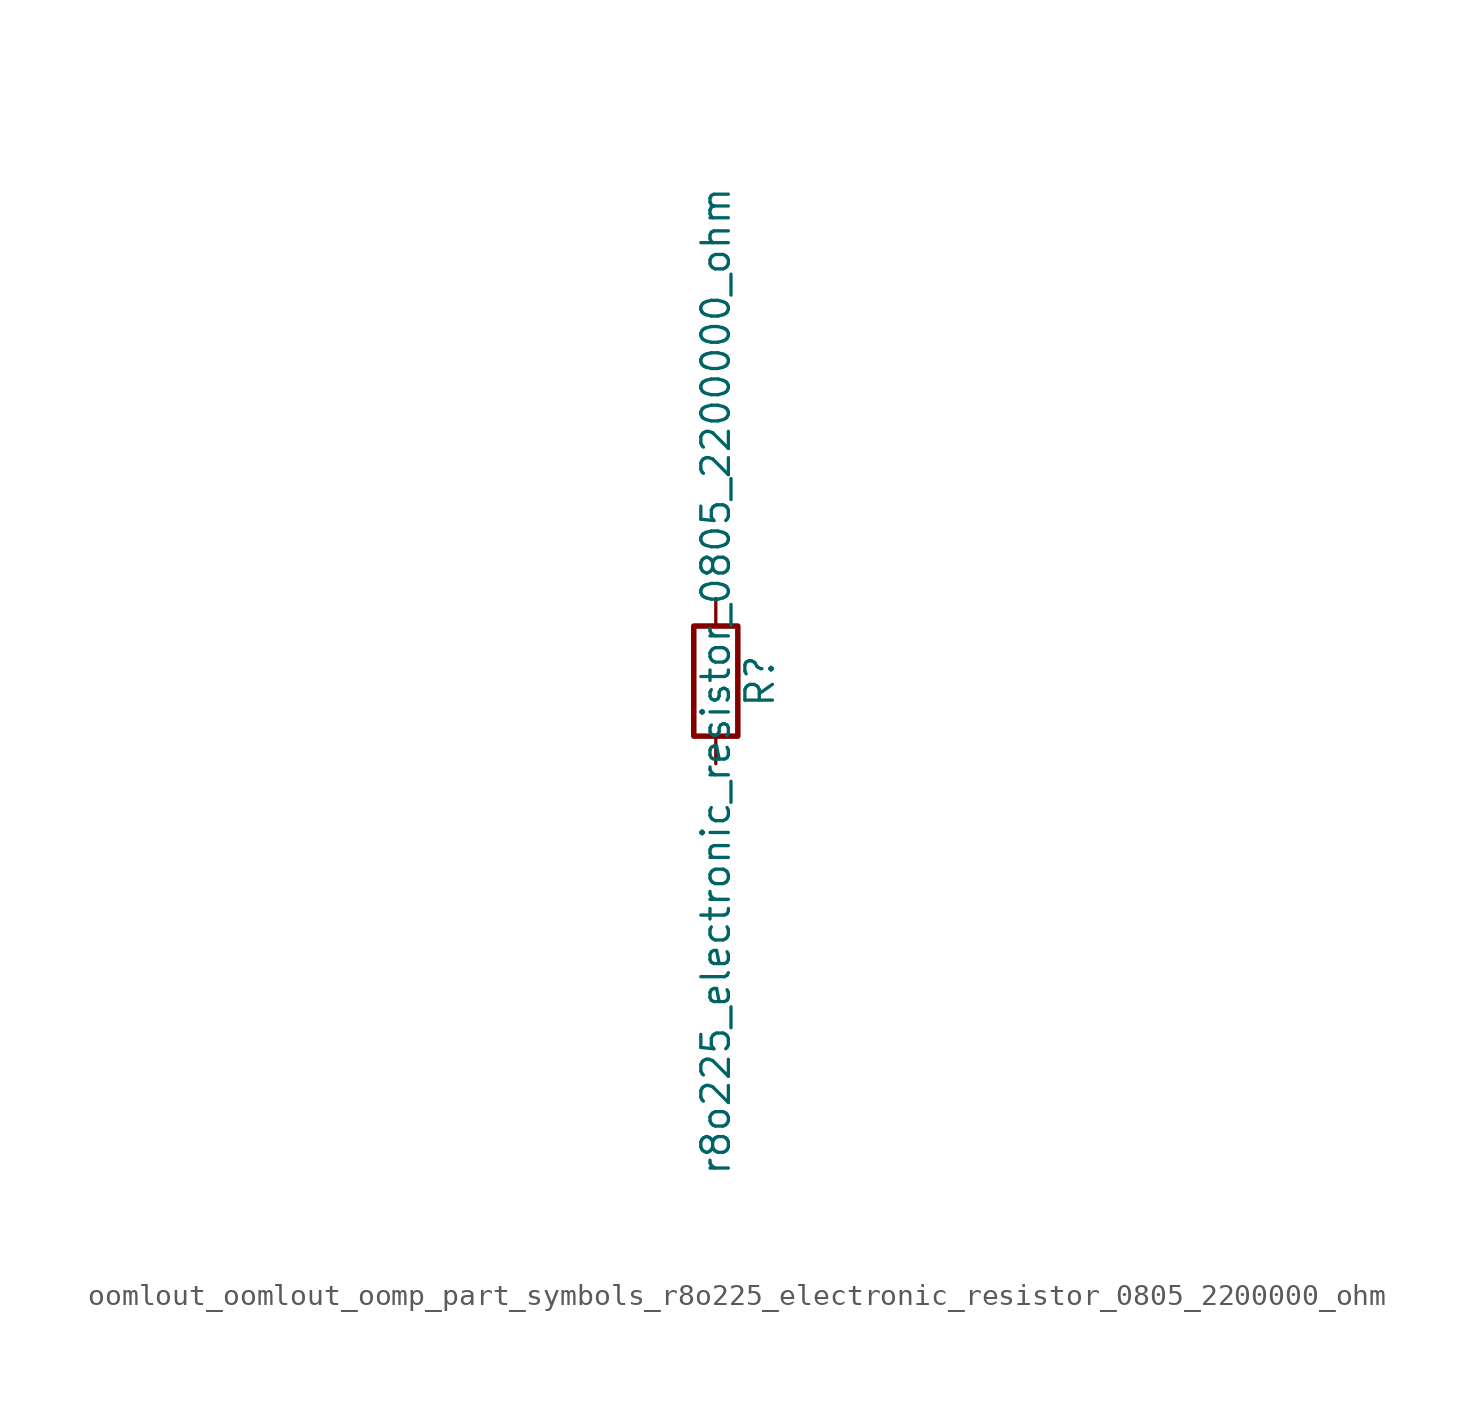
<source format=kicad_sym>
(kicad_symbol_lib
  (version 20220914)
  (generator kicad_symbol_editor)
  (symbol "oomlout_oomlout_oomp_part_symbols_r8o225_electronic_resistor_0805_2200000_ohm"
    (pin_numbers hide)
    (pin_names
      (offset 0))
    (property "Reference" "R"
      (at 2.032 0 90)
      (effects (font (size 1.27 1.27))))
    (property "Value" "r8o225_electronic_resistor_0805_2200000_ohm"
      (at 0 0 90)
      (effects (font (size 1.27 1.27))))
    (symbol "oomlout_oomlout_oomp_part_symbols_r8o225_electronic_resistor_0805_2200000_ohm_0_1"
      (rectangle (start -1.016 -2.54) (end 1.016 2.54) (stroke (width 0.254) (type default)) (fill (type none))))
    (symbol "oomlout_oomlout_oomp_part_symbols_r8o225_electronic_resistor_0805_2200000_ohm_1_1"
      (pin passive line (at 0 3.81 270) (length 1.27) (name "~" (effects (font (size 1.27 1.27)))) (number "1" (effects (font (size 1.27 1.27)))))
      (pin passive line (at 0 -3.81 90) (length 1.27) (name "~" (effects (font (size 1.27 1.27)))) (number "2" (effects (font (size 1.27 1.27))))))))
</source>
